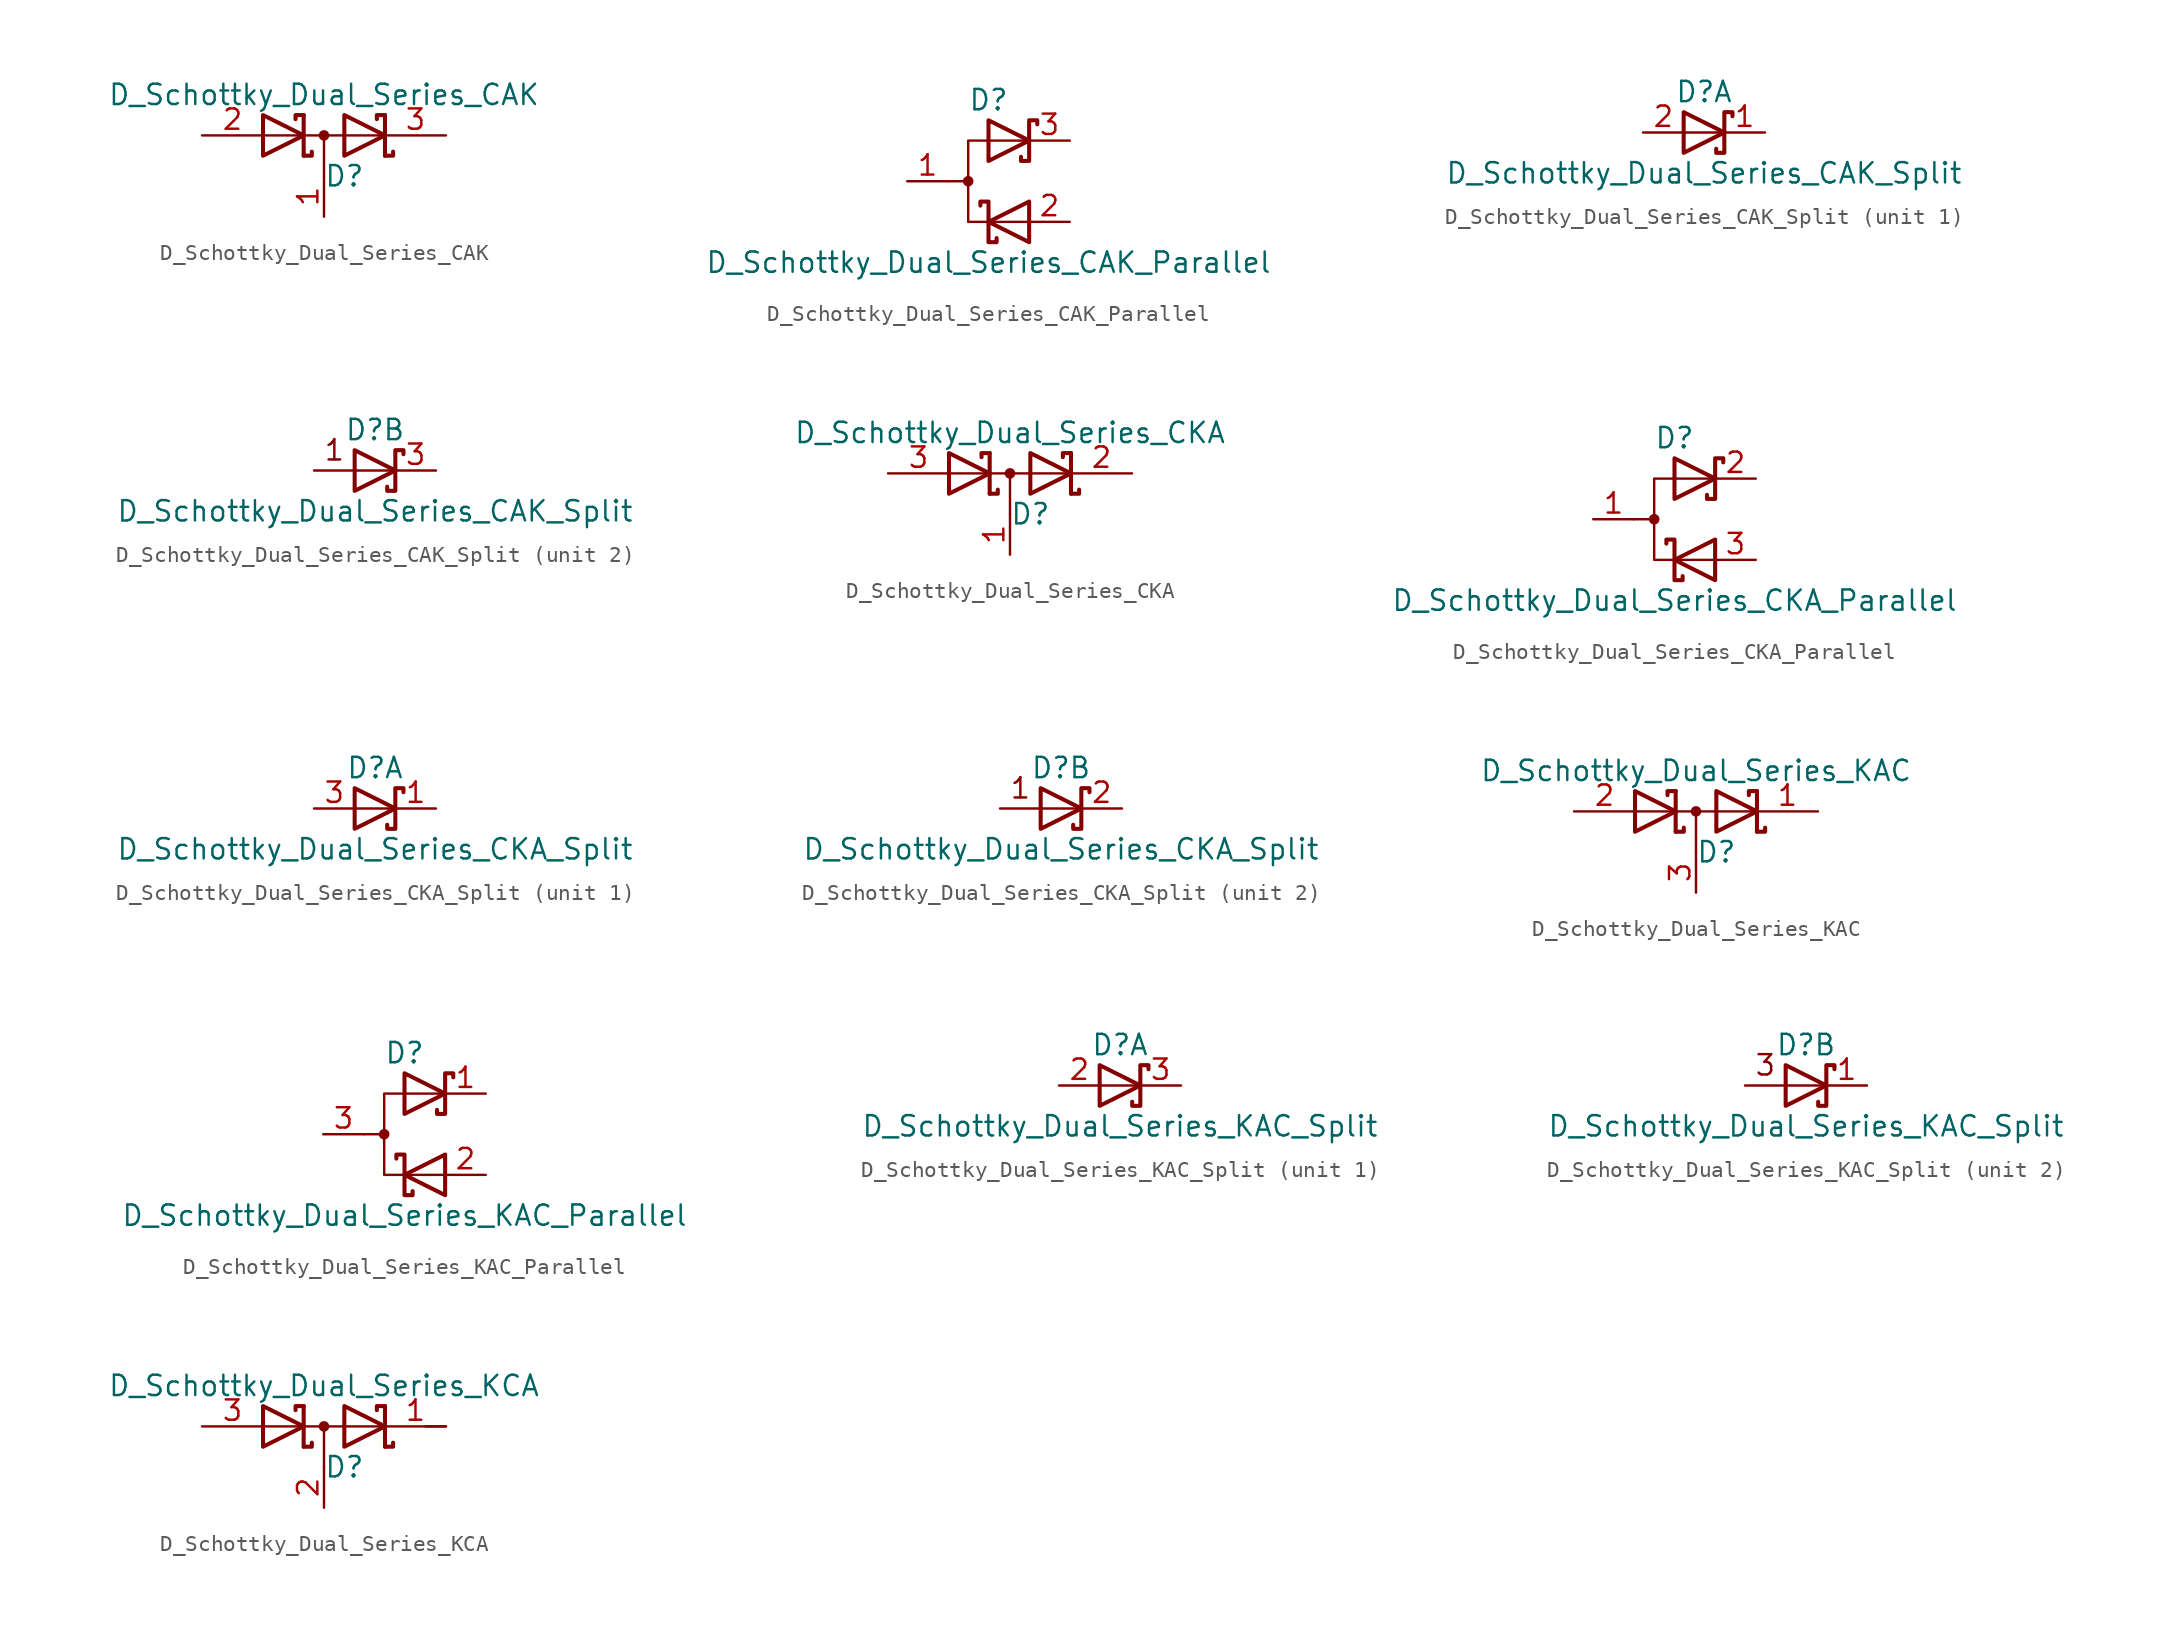
<source format=kicad_sym>
(kicad_symbol_lib
  (version 20201005)
  (generator kicad_symbol_editor)
  (symbol "D_Schottky_Dual_Series_CAK"
    (pin_names
      (offset 0.762) hide)
    (property "Reference" "D"
      (at 1.27 -2.54 0)
      (effects (font (size 1.27 1.27))))
    (property "Value" "D_Schottky_Dual_Series_CAK"
      (at 0 2.54 0)
      (effects (font (size 1.27 1.27))))
    (symbol "D_Schottky_Dual_Series_CAK_0_1"
      (circle (center 0 0) (radius 0.254) (stroke (width 0)) (fill (type outline)))
      (polyline (pts (xy -3.81 0) (xy 3.81 0)) (stroke (width 0)) (fill (type none)))
      (polyline (pts (xy 0 0) (xy 0 -2.54)) (stroke (width 0)) (fill (type none)))
      (polyline (pts (xy -1.27 -1.27) (xy -1.27 1.27) (xy -1.27 1.27)) (stroke (width 0.254)) (fill (type none)))
      (polyline (pts (xy 3.81 1.27) (xy 3.81 -1.27) (xy 3.81 -1.27)) (stroke (width 0.254)) (fill (type none)))
      (polyline (pts (xy -1.27 -1.27) (xy -0.762 -1.27) (xy -0.762 -1.016) (xy -0.762 -1.016)) (stroke (width 0.254)) (fill (type none)))
      (polyline (pts (xy 3.81 -1.27) (xy 4.318 -1.27) (xy 4.318 -1.016) (xy 4.318 -1.016)) (stroke (width 0.254)) (fill (type none)))
      (polyline (pts (xy 3.81 1.27) (xy 3.302 1.27) (xy 3.302 1.016) (xy 3.302 1.016)) (stroke (width 0.254)) (fill (type none)))
      (polyline (pts (xy -1.778 1.016) (xy -1.778 1.27) (xy -1.27 1.27) (xy -1.27 1.27) (xy -1.27 1.27)) (stroke (width 0.254)) (fill (type none)))
      (polyline (pts (xy -3.81 1.27) (xy -1.27 0) (xy -3.81 -1.27) (xy -3.81 1.27) (xy -3.81 1.27) (xy -3.81 1.27)) (stroke (width 0.254)) (fill (type none)))
      (polyline (pts (xy 1.27 1.27) (xy 3.81 0) (xy 1.27 -1.27) (xy 1.27 1.27) (xy 1.27 1.27) (xy 1.27 1.27)) (stroke (width 0.254)) (fill (type none)))
      (pin passive line (at 0 -5.08 90) (length 2.54) (name "common" (effects (font (size 1.27 1.27)))) (number "1" (effects (font (size 1.27 1.27)))))
      (pin passive line (at -7.62 0 0) (length 3.81) (name "A" (effects (font (size 1.27 1.27)))) (number "2" (effects (font (size 1.27 1.27)))))
      (pin passive line (at 7.62 0 180) (length 3.81) (name "K" (effects (font (size 1.27 1.27)))) (number "3" (effects (font (size 1.27 1.27)))))))
  (symbol "D_Schottky_Dual_Series_CAK_Parallel"
    (pin_names
      (offset 0.762) hide)
    (property "Reference" "D"
      (at 0 5.08 0)
      (effects (font (size 1.27 1.27))))
    (property "Value" "D_Schottky_Dual_Series_CAK_Parallel"
      (at 0 -5.08 0)
      (effects (font (size 1.27 1.27))))
    (symbol "D_Schottky_Dual_Series_CAK_Parallel_0_1"
      (circle (center -1.27 0) (radius 0.254) (stroke (width 0)) (fill (type outline)))
      (polyline (pts (xy -1.27 0) (xy -2.54 0)) (stroke (width 0)) (fill (type none)))
      (polyline (pts (xy 2.54 2.54) (xy -1.27 2.54) (xy -1.27 -2.54) (xy 2.54 -2.54)) (stroke (width 0)) (fill (type none)))
      (polyline (pts (xy -0.508 -1.524) (xy -0.508 -1.27) (xy 0 -1.27) (xy 0 -3.81) (xy 0.508 -3.81) (xy 0.508 -3.556)) (stroke (width 0.254)) (fill (type none)))
      (polyline (pts (xy 0 3.81) (xy 2.54 2.54) (xy 0 1.27) (xy 0 3.81) (xy 0 3.81) (xy 0 3.81)) (stroke (width 0.254)) (fill (type none)))
      (polyline (pts (xy 2.54 -1.27) (xy 0 -2.54) (xy 2.54 -3.81) (xy 2.54 -1.27) (xy 2.54 -1.27) (xy 2.54 -1.27)) (stroke (width 0.254)) (fill (type none)))
      (polyline (pts (xy 3.048 3.556) (xy 3.048 3.81) (xy 2.54 3.81) (xy 2.54 1.27) (xy 2.032 1.27) (xy 2.032 1.524)) (stroke (width 0.254)) (fill (type none)))
      (pin passive line (at -5.08 0 0) (length 2.54) (name "A" (effects (font (size 1.27 1.27)))) (number "1" (effects (font (size 1.27 1.27)))))
      (pin passive line (at 5.08 -2.54 180) (length 2.54) (name "K" (effects (font (size 1.27 1.27)))) (number "2" (effects (font (size 1.27 1.27)))))
      (pin passive line (at 5.08 2.54 180) (length 2.54) (name "K" (effects (font (size 1.27 1.27)))) (number "3" (effects (font (size 1.27 1.27)))))))
  (symbol "D_Schottky_Dual_Series_CAK_Split"
    (pin_names
      (offset 0.762) hide)
    (property "Reference" "D"
      (at 0 2.54 0)
      (effects (font (size 1.27 1.27))))
    (property "Value" "D_Schottky_Dual_Series_CAK_Split"
      (at 0 -2.54 0)
      (effects (font (size 1.27 1.27))))
    (property "ki_locked" ""
      (at 0 0 0)
      (effects (font (size 1.27 1.27))))
    (symbol "D_Schottky_Dual_Series_CAK_Split_0_1"
      (polyline (pts (xy -1.27 1.27) (xy 1.27 0) (xy -1.27 -1.27) (xy -1.27 1.27) (xy -1.27 1.27) (xy -1.27 1.27)) (stroke (width 0.254)) (fill (type none)))
      (polyline (pts (xy 1.778 1.016) (xy 1.778 1.27) (xy 1.27 1.27) (xy 1.27 -1.27) (xy 0.762 -1.27) (xy 0.762 -1.016)) (stroke (width 0.254)) (fill (type none))))
    (symbol "D_Schottky_Dual_Series_CAK_Split_1_1"
      (polyline (pts (xy 1.27 0) (xy -1.27 0)) (stroke (width 0)) (fill (type none)))
      (pin passive line (at 3.81 0 180) (length 2.54) (name "K" (effects (font (size 1.27 1.27)))) (number "1" (effects (font (size 1.27 1.27)))))
      (pin passive line (at -3.81 0 0) (length 2.54) (name "A" (effects (font (size 1.27 1.27)))) (number "2" (effects (font (size 1.27 1.27))))))
    (symbol "D_Schottky_Dual_Series_CAK_Split_2_0"
      (text "1" (at -2.54 1.27 0) (effects (font (size 1.27 1.27))))
      (polyline (pts (xy 1.27 0) (xy -3.81 0)) (stroke (width 0)) (fill (type none))))
    (symbol "D_Schottky_Dual_Series_CAK_Split_2_1"
      (pin passive line (at 3.81 0 180) (length 2.54) (name "K" (effects (font (size 1.27 1.27)))) (number "3" (effects (font (size 1.27 1.27)))))))
  (symbol "D_Schottky_Dual_Series_CKA"
    (pin_names
      (offset 0.762) hide)
    (property "Reference" "D"
      (at 1.27 -2.54 0)
      (effects (font (size 1.27 1.27))))
    (property "Value" "D_Schottky_Dual_Series_CKA"
      (at 0 2.54 0)
      (effects (font (size 1.27 1.27))))
    (symbol "D_Schottky_Dual_Series_CKA_0_1"
      (circle (center 0 0) (radius 0.254) (stroke (width 0)) (fill (type outline)))
      (polyline (pts (xy -3.81 0) (xy 3.81 0)) (stroke (width 0)) (fill (type none)))
      (polyline (pts (xy 0 0) (xy 0 -2.54)) (stroke (width 0)) (fill (type none)))
      (polyline (pts (xy -1.27 -1.27) (xy -1.27 1.27) (xy -1.27 1.27)) (stroke (width 0.254)) (fill (type none)))
      (polyline (pts (xy 3.81 1.27) (xy 3.81 -1.27) (xy 3.81 -1.27)) (stroke (width 0.254)) (fill (type none)))
      (polyline (pts (xy -1.27 -1.27) (xy -0.762 -1.27) (xy -0.762 -1.016) (xy -0.762 -1.016)) (stroke (width 0.254)) (fill (type none)))
      (polyline (pts (xy 3.81 -1.27) (xy 4.318 -1.27) (xy 4.318 -1.016) (xy 4.318 -1.016)) (stroke (width 0.254)) (fill (type none)))
      (polyline (pts (xy 3.81 1.27) (xy 3.302 1.27) (xy 3.302 1.016) (xy 3.302 1.016)) (stroke (width 0.254)) (fill (type none)))
      (polyline (pts (xy -1.778 1.016) (xy -1.778 1.27) (xy -1.27 1.27) (xy -1.27 1.27) (xy -1.27 1.27)) (stroke (width 0.254)) (fill (type none)))
      (polyline (pts (xy -3.81 1.27) (xy -1.27 0) (xy -3.81 -1.27) (xy -3.81 1.27) (xy -3.81 1.27) (xy -3.81 1.27)) (stroke (width 0.254)) (fill (type none)))
      (polyline (pts (xy 1.27 1.27) (xy 3.81 0) (xy 1.27 -1.27) (xy 1.27 1.27) (xy 1.27 1.27) (xy 1.27 1.27)) (stroke (width 0.254)) (fill (type none)))
      (pin passive line (at 0 -5.08 90) (length 2.54) (name "common" (effects (font (size 1.27 1.27)))) (number "1" (effects (font (size 1.27 1.27)))))
      (pin passive line (at 7.62 0 180) (length 3.81) (name "K" (effects (font (size 1.27 1.27)))) (number "2" (effects (font (size 1.27 1.27)))))
      (pin passive line (at -7.62 0 0) (length 3.81) (name "A" (effects (font (size 1.27 1.27)))) (number "3" (effects (font (size 1.27 1.27)))))))
  (symbol "D_Schottky_Dual_Series_CKA_Parallel"
    (pin_names
      (offset 0.762) hide)
    (property "Reference" "D"
      (at 0 5.08 0)
      (effects (font (size 1.27 1.27))))
    (property "Value" "D_Schottky_Dual_Series_CKA_Parallel"
      (at 0 -5.08 0)
      (effects (font (size 1.27 1.27))))
    (symbol "D_Schottky_Dual_Series_CKA_Parallel_0_1"
      (circle (center -1.27 0) (radius 0.254) (stroke (width 0)) (fill (type outline)))
      (polyline (pts (xy -1.27 0) (xy -2.54 0)) (stroke (width 0)) (fill (type none)))
      (polyline (pts (xy 2.54 2.54) (xy -1.27 2.54) (xy -1.27 -2.54) (xy 2.54 -2.54)) (stroke (width 0)) (fill (type none)))
      (polyline (pts (xy -0.508 -1.524) (xy -0.508 -1.27) (xy 0 -1.27) (xy 0 -3.81) (xy 0.508 -3.81) (xy 0.508 -3.556)) (stroke (width 0.254)) (fill (type none)))
      (polyline (pts (xy 0 3.81) (xy 2.54 2.54) (xy 0 1.27) (xy 0 3.81) (xy 0 3.81) (xy 0 3.81)) (stroke (width 0.254)) (fill (type none)))
      (polyline (pts (xy 2.54 -1.27) (xy 0 -2.54) (xy 2.54 -3.81) (xy 2.54 -1.27) (xy 2.54 -1.27) (xy 2.54 -1.27)) (stroke (width 0.254)) (fill (type none)))
      (polyline (pts (xy 3.048 3.556) (xy 3.048 3.81) (xy 2.54 3.81) (xy 2.54 1.27) (xy 2.032 1.27) (xy 2.032 1.524)) (stroke (width 0.254)) (fill (type none)))
      (pin passive line (at -5.08 0 0) (length 2.54) (name "A" (effects (font (size 1.27 1.27)))) (number "1" (effects (font (size 1.27 1.27)))))
      (pin passive line (at 5.08 2.54 180) (length 2.54) (name "K" (effects (font (size 1.27 1.27)))) (number "2" (effects (font (size 1.27 1.27)))))
      (pin passive line (at 5.08 -2.54 180) (length 2.54) (name "K" (effects (font (size 1.27 1.27)))) (number "3" (effects (font (size 1.27 1.27)))))))
  (symbol "D_Schottky_Dual_Series_CKA_Split"
    (pin_names
      (offset 0.762) hide)
    (property "Reference" "D"
      (at 0 2.54 0)
      (effects (font (size 1.27 1.27))))
    (property "Value" "D_Schottky_Dual_Series_CKA_Split"
      (at 0 -2.54 0)
      (effects (font (size 1.27 1.27))))
    (property "ki_locked" ""
      (at 0 0 0)
      (effects (font (size 1.27 1.27))))
    (symbol "D_Schottky_Dual_Series_CKA_Split_0_1"
      (polyline (pts (xy -1.27 1.27) (xy 1.27 0) (xy -1.27 -1.27) (xy -1.27 1.27) (xy -1.27 1.27) (xy -1.27 1.27)) (stroke (width 0.254)) (fill (type none)))
      (polyline (pts (xy 1.778 1.016) (xy 1.778 1.27) (xy 1.27 1.27) (xy 1.27 -1.27) (xy 0.762 -1.27) (xy 0.762 -1.016)) (stroke (width 0.254)) (fill (type none))))
    (symbol "D_Schottky_Dual_Series_CKA_Split_1_1"
      (polyline (pts (xy 1.27 0) (xy -1.27 0)) (stroke (width 0)) (fill (type none)))
      (pin passive line (at 3.81 0 180) (length 2.54) (name "K" (effects (font (size 1.27 1.27)))) (number "1" (effects (font (size 1.27 1.27)))))
      (pin passive line (at -3.81 0 0) (length 2.54) (name "A" (effects (font (size 1.27 1.27)))) (number "3" (effects (font (size 1.27 1.27))))))
    (symbol "D_Schottky_Dual_Series_CKA_Split_2_0"
      (text "1" (at -2.54 1.27 0) (effects (font (size 1.27 1.27))))
      (polyline (pts (xy 1.27 0) (xy -3.81 0)) (stroke (width 0)) (fill (type none))))
    (symbol "D_Schottky_Dual_Series_CKA_Split_2_1"
      (pin passive line (at 3.81 0 180) (length 2.54) (name "K" (effects (font (size 1.27 1.27)))) (number "2" (effects (font (size 1.27 1.27)))))))
  (symbol "D_Schottky_Dual_Series_KAC"
    (pin_names
      (offset 0.762) hide)
    (property "Reference" "D"
      (at 1.27 -2.54 0)
      (effects (font (size 1.27 1.27))))
    (property "Value" "D_Schottky_Dual_Series_KAC"
      (at 0 2.54 0)
      (effects (font (size 1.27 1.27))))
    (symbol "D_Schottky_Dual_Series_KAC_0_1"
      (circle (center 0 0) (radius 0.254) (stroke (width 0)) (fill (type outline)))
      (polyline (pts (xy -3.81 0) (xy 3.81 0)) (stroke (width 0)) (fill (type none)))
      (polyline (pts (xy 0 0) (xy 0 -2.54)) (stroke (width 0)) (fill (type none)))
      (polyline (pts (xy -1.27 -1.27) (xy -1.27 1.27) (xy -1.27 1.27)) (stroke (width 0.254)) (fill (type none)))
      (polyline (pts (xy 3.81 1.27) (xy 3.81 -1.27) (xy 3.81 -1.27)) (stroke (width 0.254)) (fill (type none)))
      (polyline (pts (xy -1.27 -1.27) (xy -0.762 -1.27) (xy -0.762 -1.016) (xy -0.762 -1.016)) (stroke (width 0.254)) (fill (type none)))
      (polyline (pts (xy 3.81 -1.27) (xy 4.318 -1.27) (xy 4.318 -1.016) (xy 4.318 -1.016)) (stroke (width 0.254)) (fill (type none)))
      (polyline (pts (xy 3.81 1.27) (xy 3.302 1.27) (xy 3.302 1.016) (xy 3.302 1.016)) (stroke (width 0.254)) (fill (type none)))
      (polyline (pts (xy -1.778 1.016) (xy -1.778 1.27) (xy -1.27 1.27) (xy -1.27 1.27) (xy -1.27 1.27)) (stroke (width 0.254)) (fill (type none)))
      (polyline (pts (xy -3.81 1.27) (xy -1.27 0) (xy -3.81 -1.27) (xy -3.81 1.27) (xy -3.81 1.27) (xy -3.81 1.27)) (stroke (width 0.254)) (fill (type none)))
      (polyline (pts (xy 1.27 1.27) (xy 3.81 0) (xy 1.27 -1.27) (xy 1.27 1.27) (xy 1.27 1.27) (xy 1.27 1.27)) (stroke (width 0.254)) (fill (type none)))
      (pin passive line (at 7.62 0 180) (length 3.81) (name "K" (effects (font (size 1.27 1.27)))) (number "1" (effects (font (size 1.27 1.27)))))
      (pin passive line (at -7.62 0 0) (length 3.81) (name "A" (effects (font (size 1.27 1.27)))) (number "2" (effects (font (size 1.27 1.27)))))
      (pin passive line (at 0 -5.08 90) (length 2.54) (name "common" (effects (font (size 1.27 1.27)))) (number "3" (effects (font (size 1.27 1.27)))))))
  (symbol "D_Schottky_Dual_Series_KAC_Parallel"
    (pin_names
      (offset 0.762) hide)
    (property "Reference" "D"
      (at 0 5.08 0)
      (effects (font (size 1.27 1.27))))
    (property "Value" "D_Schottky_Dual_Series_KAC_Parallel"
      (at 0 -5.08 0)
      (effects (font (size 1.27 1.27))))
    (symbol "D_Schottky_Dual_Series_KAC_Parallel_0_1"
      (circle (center -1.27 0) (radius 0.254) (stroke (width 0)) (fill (type outline)))
      (polyline (pts (xy -1.27 0) (xy -2.54 0)) (stroke (width 0)) (fill (type none)))
      (polyline (pts (xy 2.54 2.54) (xy -1.27 2.54) (xy -1.27 -2.54) (xy 2.54 -2.54)) (stroke (width 0)) (fill (type none)))
      (polyline (pts (xy -0.508 -1.524) (xy -0.508 -1.27) (xy 0 -1.27) (xy 0 -3.81) (xy 0.508 -3.81) (xy 0.508 -3.556)) (stroke (width 0.254)) (fill (type none)))
      (polyline (pts (xy 0 3.81) (xy 2.54 2.54) (xy 0 1.27) (xy 0 3.81) (xy 0 3.81) (xy 0 3.81)) (stroke (width 0.254)) (fill (type none)))
      (polyline (pts (xy 2.54 -1.27) (xy 0 -2.54) (xy 2.54 -3.81) (xy 2.54 -1.27) (xy 2.54 -1.27) (xy 2.54 -1.27)) (stroke (width 0.254)) (fill (type none)))
      (polyline (pts (xy 3.048 3.556) (xy 3.048 3.81) (xy 2.54 3.81) (xy 2.54 1.27) (xy 2.032 1.27) (xy 2.032 1.524)) (stroke (width 0.254)) (fill (type none)))
      (pin passive line (at 5.08 2.54 180) (length 2.54) (name "K" (effects (font (size 1.27 1.27)))) (number "1" (effects (font (size 1.27 1.27)))))
      (pin passive line (at 5.08 -2.54 180) (length 2.54) (name "K" (effects (font (size 1.27 1.27)))) (number "2" (effects (font (size 1.27 1.27)))))
      (pin passive line (at -5.08 0 0) (length 2.54) (name "A" (effects (font (size 1.27 1.27)))) (number "3" (effects (font (size 1.27 1.27)))))))
  (symbol "D_Schottky_Dual_Series_KAC_Split"
    (pin_names
      (offset 0.762) hide)
    (property "Reference" "D"
      (at 0 2.54 0)
      (effects (font (size 1.27 1.27))))
    (property "Value" "D_Schottky_Dual_Series_KAC_Split"
      (at 0 -2.54 0)
      (effects (font (size 1.27 1.27))))
    (property "ki_locked" ""
      (at 0 0 0)
      (effects (font (size 1.27 1.27))))
    (symbol "D_Schottky_Dual_Series_KAC_Split_0_1"
      (polyline (pts (xy -1.27 1.27) (xy 1.27 0) (xy -1.27 -1.27) (xy -1.27 1.27) (xy -1.27 1.27) (xy -1.27 1.27)) (stroke (width 0.254)) (fill (type none)))
      (polyline (pts (xy 1.778 1.016) (xy 1.778 1.27) (xy 1.27 1.27) (xy 1.27 -1.27) (xy 0.762 -1.27) (xy 0.762 -1.016)) (stroke (width 0.254)) (fill (type none))))
    (symbol "D_Schottky_Dual_Series_KAC_Split_1_1"
      (polyline (pts (xy 1.27 0) (xy -1.27 0)) (stroke (width 0)) (fill (type none)))
      (pin passive line (at -3.81 0 0) (length 2.54) (name "A" (effects (font (size 1.27 1.27)))) (number "2" (effects (font (size 1.27 1.27)))))
      (pin passive line (at 3.81 0 180) (length 2.54) (name "K" (effects (font (size 1.27 1.27)))) (number "3" (effects (font (size 1.27 1.27))))))
    (symbol "D_Schottky_Dual_Series_KAC_Split_2_0"
      (text "3" (at -2.54 1.27 0) (effects (font (size 1.27 1.27))))
      (polyline (pts (xy 1.27 0) (xy -3.81 0)) (stroke (width 0)) (fill (type none))))
    (symbol "D_Schottky_Dual_Series_KAC_Split_2_1"
      (pin passive line (at 3.81 0 180) (length 2.54) (name "K" (effects (font (size 1.27 1.27)))) (number "1" (effects (font (size 1.27 1.27)))))))
  (symbol "D_Schottky_Dual_Series_KCA"
    (pin_names
      (offset 0.762) hide)
    (property "Reference" "D"
      (at 1.27 -2.54 0)
      (effects (font (size 1.27 1.27))))
    (property "Value" "D_Schottky_Dual_Series_KCA"
      (at 0 2.54 0)
      (effects (font (size 1.27 1.27))))
    (symbol "D_Schottky_Dual_Series_KCA_0_1"
      (circle (center 0 0) (radius 0.254) (stroke (width 0)) (fill (type outline)))
      (polyline (pts (xy -3.81 0) (xy 3.81 0)) (stroke (width 0)) (fill (type none)))
      (polyline (pts (xy 0 0) (xy 0 -2.54)) (stroke (width 0)) (fill (type none)))
      (polyline (pts (xy 6.35 0) (xy 7.62 0)) (stroke (width 0)) (fill (type none)))
      (polyline (pts (xy -1.27 -1.27) (xy -1.27 1.27) (xy -1.27 1.27)) (stroke (width 0.254)) (fill (type none)))
      (polyline (pts (xy 3.81 1.27) (xy 3.81 -1.27) (xy 3.81 -1.27)) (stroke (width 0.254)) (fill (type none)))
      (polyline (pts (xy -1.27 -1.27) (xy -0.762 -1.27) (xy -0.762 -1.016) (xy -0.762 -1.016)) (stroke (width 0.254)) (fill (type none)))
      (polyline (pts (xy 3.81 -1.27) (xy 4.318 -1.27) (xy 4.318 -1.016) (xy 4.318 -1.016)) (stroke (width 0.254)) (fill (type none)))
      (polyline (pts (xy 3.81 1.27) (xy 3.302 1.27) (xy 3.302 1.016) (xy 3.302 1.016)) (stroke (width 0.254)) (fill (type none)))
      (polyline (pts (xy -1.778 1.016) (xy -1.778 1.27) (xy -1.27 1.27) (xy -1.27 1.27) (xy -1.27 1.27)) (stroke (width 0.254)) (fill (type none)))
      (polyline (pts (xy -3.81 1.27) (xy -1.27 0) (xy -3.81 -1.27) (xy -3.81 1.27) (xy -3.81 1.27) (xy -3.81 1.27)) (stroke (width 0.254)) (fill (type none)))
      (polyline (pts (xy 1.27 1.27) (xy 3.81 0) (xy 1.27 -1.27) (xy 1.27 1.27) (xy 1.27 1.27) (xy 1.27 1.27)) (stroke (width 0.254)) (fill (type none)))
      (pin passive line (at 7.62 0 180) (length 3.81) (name "K" (effects (font (size 1.27 1.27)))) (number "1" (effects (font (size 1.27 1.27)))))
      (pin passive line (at 0 -5.08 90) (length 2.54) (name "common" (effects (font (size 1.27 1.27)))) (number "2" (effects (font (size 1.27 1.27)))))
      (pin passive line (at -7.62 0 0) (length 3.81) (name "A" (effects (font (size 1.27 1.27)))) (number "3" (effects (font (size 1.27 1.27))))))))
</source>
